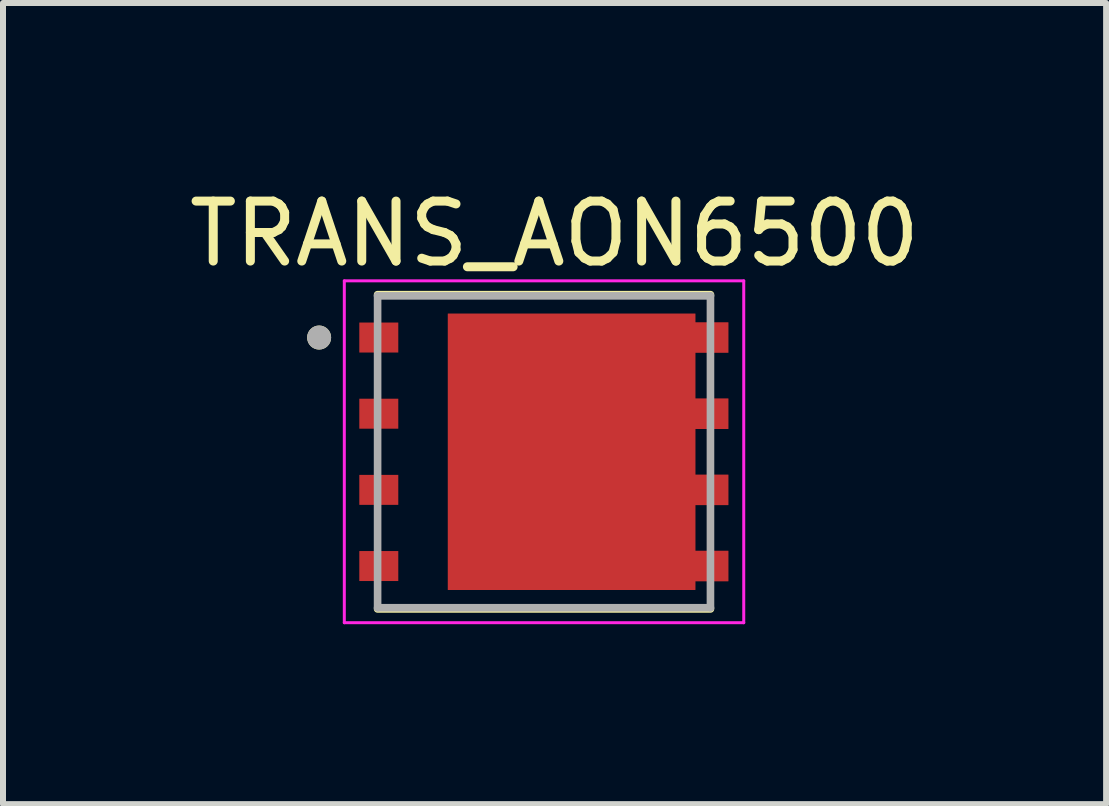
<source format=kicad_pcb>
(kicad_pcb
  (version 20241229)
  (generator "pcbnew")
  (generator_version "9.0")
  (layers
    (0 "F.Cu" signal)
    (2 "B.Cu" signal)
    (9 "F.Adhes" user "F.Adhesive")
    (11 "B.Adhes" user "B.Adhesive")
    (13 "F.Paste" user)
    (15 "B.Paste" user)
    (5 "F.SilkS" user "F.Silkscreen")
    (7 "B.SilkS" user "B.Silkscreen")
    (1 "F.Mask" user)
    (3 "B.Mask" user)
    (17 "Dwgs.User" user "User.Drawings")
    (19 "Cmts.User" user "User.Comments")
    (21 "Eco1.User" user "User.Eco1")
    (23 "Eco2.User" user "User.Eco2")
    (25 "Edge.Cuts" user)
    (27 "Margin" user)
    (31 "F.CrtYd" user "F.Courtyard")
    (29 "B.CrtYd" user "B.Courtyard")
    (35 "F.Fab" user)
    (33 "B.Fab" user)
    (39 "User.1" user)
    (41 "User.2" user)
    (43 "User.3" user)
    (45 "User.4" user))
  (footprint "TRANS_AON6500"
    (layer "F.Cu")
    (at 6.021 4.483)
    (property "Reference" "TRANS_AON6500" (at 0.175 -3.635 0) (layer "F.SilkS") (effects (font (size 1 1) (thickness 0.15))))
    (attr smd)
    (fp_poly (pts (xy -1.7 -2.4) (xy 2.62 -2.4) (xy 2.62 -2.255) (xy 3.17 -2.255) (xy 3.17 -1.555) (xy 2.62 -1.555) (xy 2.62 -0.985) (xy 3.17 -0.985) (xy 3.17 -0.285) (xy 2.62 -0.285) (xy 2.62 0.285) (xy 3.17 0.285) (xy 3.17 0.985) (xy 2.62 0.985) (xy 2.62 1.555) (xy 3.17 1.555) (xy 3.17 2.255) (xy 2.62 2.255) (xy 2.62 2.4) (xy -1.7 2.4)) (stroke (width 0.01) (type solid)) (fill yes) (layer "F.Mask"))
    (fp_line (start -2.775 2.62) (end 2.775 2.62) (stroke (width 0.127) (type solid)) (layer "F.SilkS"))
    (fp_line (start 2.775 -2.62) (end -2.775 -2.62) (stroke (width 0.127) (type solid)) (layer "F.SilkS"))
    (fp_circle (center -3.75 -1.905) (end -3.65 -1.905) (stroke (width 0.2) (type solid)) (fill no) (layer "F.SilkS"))
    (fp_poly (pts (xy -1.28 -1.98) (xy 0.14 -1.98) (xy 0.14 -0.32) (xy -1.28 -0.32)) (stroke (width 0.01) (type solid)) (fill yes) (layer "F.Paste"))
    (fp_poly (pts (xy -1.28 0.32) (xy 0.14 0.32) (xy 0.14 1.98) (xy -1.28 1.98)) (stroke (width 0.01) (type solid)) (fill yes) (layer "F.Paste"))
    (fp_poly (pts (xy 0.78 -1.98) (xy 2.2 -1.98) (xy 2.2 -0.32) (xy 0.78 -0.32)) (stroke (width 0.01) (type solid)) (fill yes) (layer "F.Paste"))
    (fp_poly (pts (xy 0.78 0.32) (xy 2.2 0.32) (xy 2.2 1.98) (xy 0.78 1.98)) (stroke (width 0.01) (type solid)) (fill yes) (layer "F.Paste"))
    (fp_poly (pts (xy 2.525 -2.155) (xy 3.07 -2.155) (xy 3.07 -1.655) (xy 2.525 -1.655)) (stroke (width 0.01) (type solid)) (fill yes) (layer "F.Paste"))
    (fp_poly (pts (xy 2.525 -0.885) (xy 3.07 -0.885) (xy 3.07 -0.385) (xy 2.525 -0.385)) (stroke (width 0.01) (type solid)) (fill yes) (layer "F.Paste"))
    (fp_poly (pts (xy 2.525 0.385) (xy 3.07 0.385) (xy 3.07 0.885) (xy 2.525 0.885)) (stroke (width 0.01) (type solid)) (fill yes) (layer "F.Paste"))
    (fp_poly (pts (xy 2.525 1.655) (xy 3.07 1.655) (xy 3.07 2.155) (xy 2.525 2.155)) (stroke (width 0.01) (type solid)) (fill yes) (layer "F.Paste"))
    (fp_line (start -3.33 -2.85) (end 3.33 -2.85) (stroke (width 0.05) (type solid)) (layer "F.CrtYd"))
    (fp_line (start -3.33 2.85) (end -3.33 -2.85) (stroke (width 0.05) (type solid)) (layer "F.CrtYd"))
    (fp_line (start 3.33 -2.85) (end 3.33 2.85) (stroke (width 0.05) (type solid)) (layer "F.CrtYd"))
    (fp_line (start 3.33 2.85) (end -3.33 2.85) (stroke (width 0.05) (type solid)) (layer "F.CrtYd"))
    (fp_line (start -2.775 -2.6) (end -2.775 2.6) (stroke (width 0.127) (type solid)) (layer "F.Fab"))
    (fp_line (start -2.775 2.6) (end 2.775 2.6) (stroke (width 0.127) (type solid)) (layer "F.Fab"))
    (fp_line (start 2.775 -2.6) (end -2.775 -2.6) (stroke (width 0.127) (type solid)) (layer "F.Fab"))
    (fp_line (start 2.775 2.6) (end 2.775 -2.6) (stroke (width 0.127) (type solid)) (layer "F.Fab"))
    (fp_circle (center -3.75 -1.905) (end -3.65 -1.905) (stroke (width 0.2) (type solid)) (fill no) (layer "F.Fab"))
    (pad "1" smd rect (at -2.755 -1.905) (size 0.65 0.5) (layers "F.Cu" "F.Mask" "F.Paste"))
    (pad "2" smd rect (at -2.755 -0.635) (size 0.65 0.5) (layers "F.Cu" "F.Mask" "F.Paste"))
    (pad "3" smd rect (at -2.755 0.635) (size 0.65 0.5) (layers "F.Cu" "F.Mask" "F.Paste"))
    (pad "4" smd rect (at -2.755 1.905) (size 0.65 0.5) (layers "F.Cu" "F.Mask" "F.Paste"))
    (pad "5_8" smd custom (at 0.46 0) (size 0.5 0.5) (layers "F.Cu") (options (anchor rect)) (primitives (gr_poly (pts (xy -2.06 -2.3) (xy 2.06 -2.3) (xy 2.06 -2.155) (xy 2.61 -2.155) (xy 2.61 -1.655) (xy 2.06 -1.655) (xy 2.06 -0.885) (xy 2.61 -0.885) (xy 2.61 -0.385) (xy 2.06 -0.385) (xy 2.06 0.385) (xy 2.61 0.385) (xy 2.61 0.885) (xy 2.06 0.885) (xy 2.06 1.655) (xy 2.61 1.655) (xy 2.61 2.155) (xy 2.06 2.155) (xy 2.06 2.3) (xy -2.06 2.3)) (width 0.01) (fill yes)))))
  (gr_rect
    (start -3 -3)
    (end 15.393 10.358)
    (stroke (width 0.1) (type default))
    (fill no)
    (layer "Edge.Cuts")))
</source>
